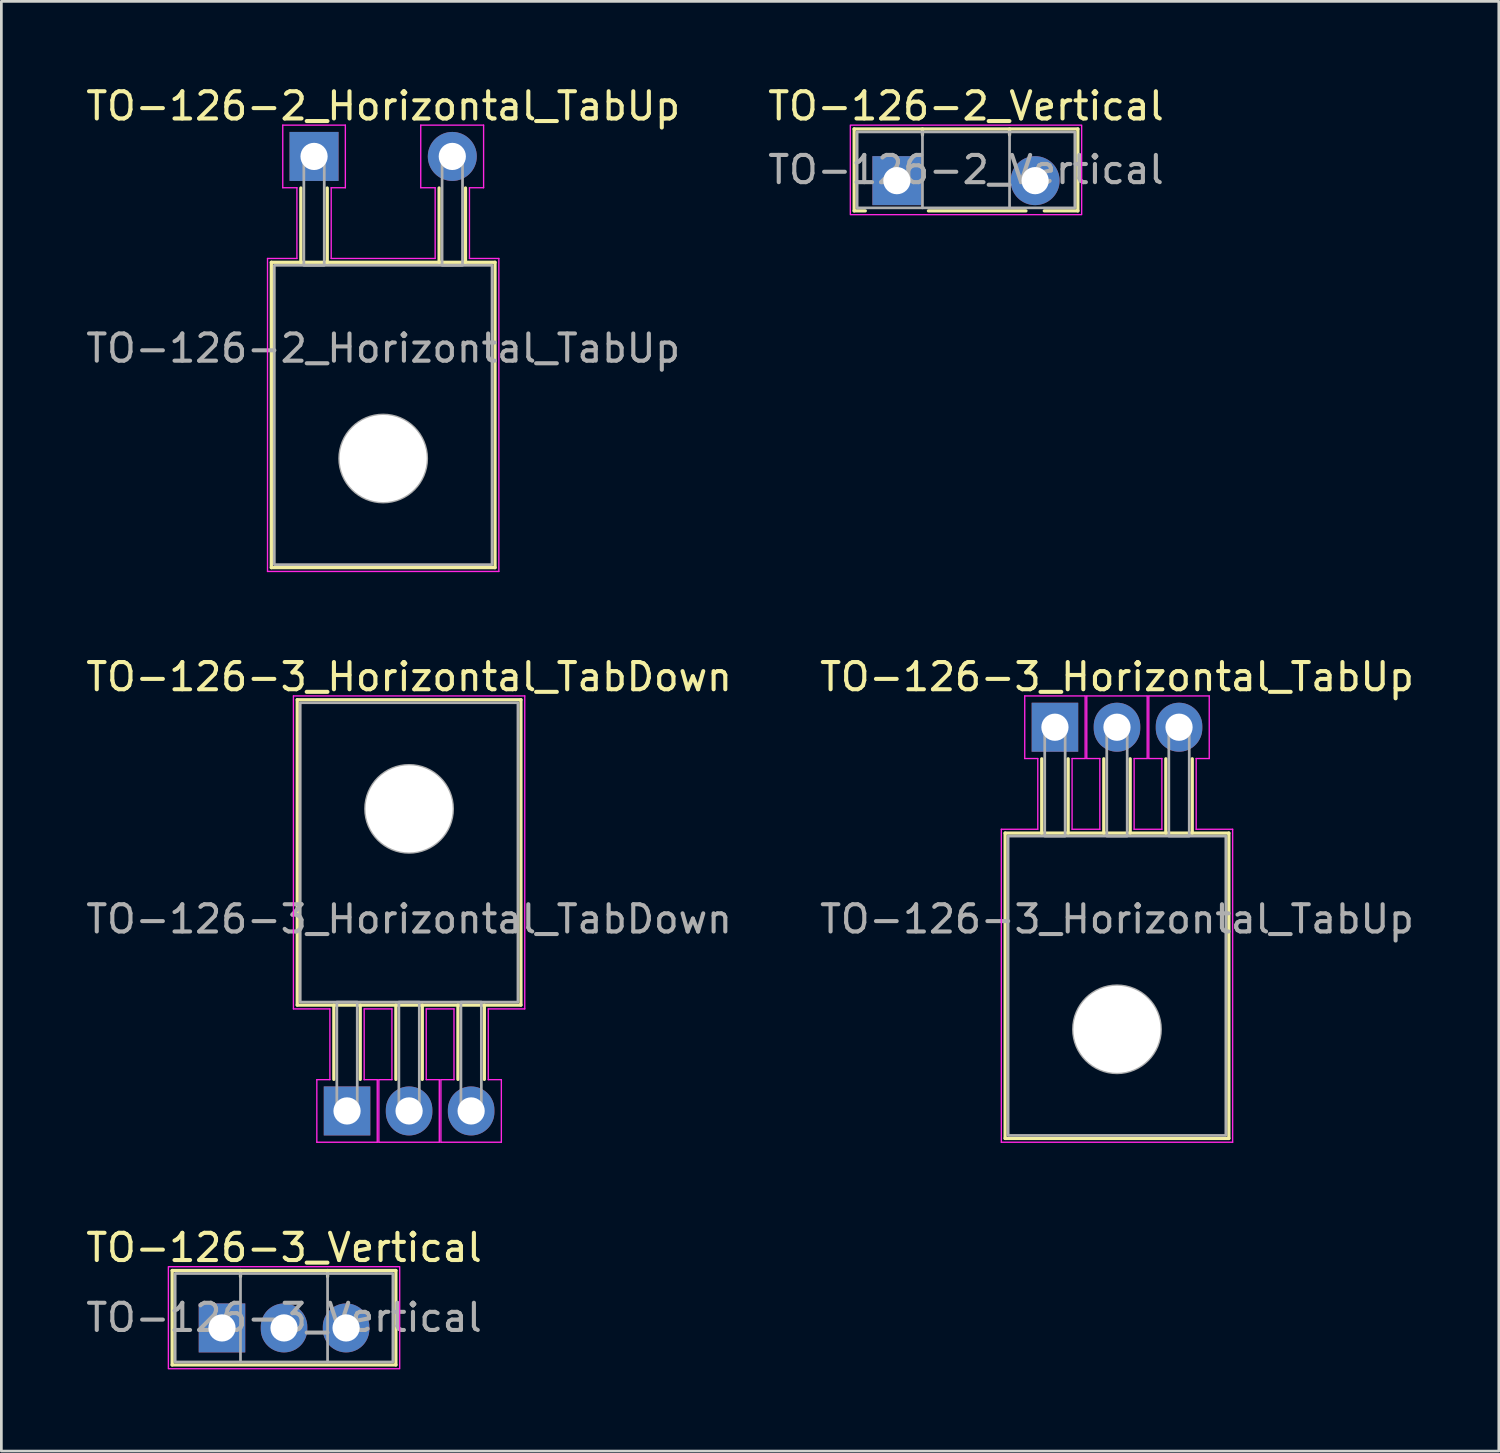
<source format=kicad_pcb>
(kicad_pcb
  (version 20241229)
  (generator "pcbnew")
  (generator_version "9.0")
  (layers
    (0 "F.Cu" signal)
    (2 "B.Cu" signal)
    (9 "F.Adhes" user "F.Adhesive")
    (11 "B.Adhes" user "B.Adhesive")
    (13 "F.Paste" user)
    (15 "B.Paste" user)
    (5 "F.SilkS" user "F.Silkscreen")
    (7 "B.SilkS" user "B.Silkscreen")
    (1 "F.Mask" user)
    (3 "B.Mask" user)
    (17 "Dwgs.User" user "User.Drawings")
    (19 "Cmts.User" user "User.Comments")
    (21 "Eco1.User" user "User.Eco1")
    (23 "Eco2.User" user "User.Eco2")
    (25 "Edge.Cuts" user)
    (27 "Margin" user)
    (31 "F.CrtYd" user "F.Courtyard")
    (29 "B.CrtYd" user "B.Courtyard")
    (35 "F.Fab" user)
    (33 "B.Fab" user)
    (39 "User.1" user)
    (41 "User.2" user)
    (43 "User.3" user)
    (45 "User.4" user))
  (footprint "TO-126-2_Vertical"
    (layer "F.Cu")
    (at 29.906 3.588)
    (property "Reference" "TO-126-2_Vertical" (at 2.54 -2.74 0) (layer "F.SilkS") (effects (font (size 1 1) (thickness 0.15))))
    (attr through_hole)
    (fp_line (start -1.57 -1.9) (end -1.57 1.11) (stroke (width 0.12) (type solid)) (layer "F.SilkS"))
    (fp_line (start -1.57 -1.9) (end 6.65 -1.9) (stroke (width 0.12) (type solid)) (layer "F.SilkS"))
    (fp_line (start -1.57 1.11) (end -1.16 1.11) (stroke (width 0.12) (type solid)) (layer "F.SilkS"))
    (fp_line (start 0.94 -1.9) (end 0.94 -1.68) (stroke (width 0.12) (type solid)) (layer "F.SilkS"))
    (fp_line (start 1.16 1.11) (end 4.743 1.11) (stroke (width 0.12) (type solid)) (layer "F.SilkS"))
    (fp_line (start 4.14 -1.9) (end 4.14 -1.68) (stroke (width 0.12) (type solid)) (layer "F.SilkS"))
    (fp_line (start 5.417 1.11) (end 6.65 1.11) (stroke (width 0.12) (type solid)) (layer "F.SilkS"))
    (fp_line (start 6.65 -1.9) (end 6.65 1.11) (stroke (width 0.12) (type solid)) (layer "F.SilkS"))
    (fp_rect (start 6.79 1.25) (end -1.71 -2.04) (stroke (width 0.05) (type solid)) (fill no) (layer "F.CrtYd"))
    (fp_line (start 0.94 -1.79) (end 0.94 1) (stroke (width 0.1) (type solid)) (layer "F.Fab"))
    (fp_line (start 4.14 -1.79) (end 4.14 1) (stroke (width 0.1) (type solid)) (layer "F.Fab"))
    (fp_rect (start -1.46 -1.79) (end 6.54 1) (stroke (width 0.1) (type solid)) (fill no) (layer "F.Fab"))
    (fp_text user "${REFERENCE}" (at 2.54 -0.4 0) (layer "F.Fab") (effects (font (size 1 1) (thickness 0.15))))
    (pad "1" thru_hole rect (at 0 0) (size 1.8 1.8) (drill 1) (layers "*.Cu" "*.Mask"))
    (pad "2" thru_hole circle (at 5.08 0) (size 1.8 1.8) (drill 1) (layers "*.Cu" "*.Mask")))
  (footprint "TO-126-2_Horizontal_TabUp"
    (layer "F.Cu")
    (at 8.49 2.698)
    (property "Reference" "TO-126-2_Horizontal_TabUp" (at 2.54 -1.85 0) (layer "F.SilkS") (effects (font (size 1 1) (thickness 0.15))))
    (attr through_hole)
    (fp_line (start -1.57 3.89) (end -1.57 15.11) (stroke (width 0.12) (type solid)) (layer "F.SilkS"))
    (fp_line (start -1.57 3.89) (end 6.65 3.89) (stroke (width 0.12) (type solid)) (layer "F.SilkS"))
    (fp_line (start -1.57 15.11) (end 6.65 15.11) (stroke (width 0.12) (type solid)) (layer "F.SilkS"))
    (fp_line (start -0.485 3.89) (end -0.485 1.16) (stroke (width 0.12) (type solid)) (layer "F.SilkS"))
    (fp_line (start 0.485 3.89) (end 0.485 1.16) (stroke (width 0.12) (type solid)) (layer "F.SilkS"))
    (fp_line (start 4.595 3.89) (end 4.595 1.16) (stroke (width 0.12) (type solid)) (layer "F.SilkS"))
    (fp_line (start 5.565 3.89) (end 5.565 1.16) (stroke (width 0.12) (type solid)) (layer "F.SilkS"))
    (fp_line (start 6.65 3.89) (end 6.65 15.11) (stroke (width 0.12) (type solid)) (layer "F.SilkS"))
    (fp_line (start -1.71 3.75) (end -0.63 3.75) (stroke (width 0.05) (type solid)) (layer "F.CrtYd"))
    (fp_line (start -1.71 15.25) (end -1.71 3.75) (stroke (width 0.05) (type solid)) (layer "F.CrtYd"))
    (fp_line (start -1.15 -1.15) (end 1.15 -1.15) (stroke (width 0.05) (type solid)) (layer "F.CrtYd"))
    (fp_line (start -1.15 1.15) (end -1.15 -1.15) (stroke (width 0.05) (type solid)) (layer "F.CrtYd"))
    (fp_line (start -0.63 1.15) (end -1.15 1.15) (stroke (width 0.05) (type solid)) (layer "F.CrtYd"))
    (fp_line (start -0.63 3.75) (end -0.63 1.15) (stroke (width 0.05) (type solid)) (layer "F.CrtYd"))
    (fp_line (start 0.63 1.15) (end 0.63 3.75) (stroke (width 0.05) (type solid)) (layer "F.CrtYd"))
    (fp_line (start 0.63 3.75) (end 4.45 3.75) (stroke (width 0.05) (type solid)) (layer "F.CrtYd"))
    (fp_line (start 1.15 -1.15) (end 1.15 1.15) (stroke (width 0.05) (type solid)) (layer "F.CrtYd"))
    (fp_line (start 1.15 1.15) (end 0.63 1.15) (stroke (width 0.05) (type solid)) (layer "F.CrtYd"))
    (fp_line (start 3.92 -1.15) (end 6.23 -1.15) (stroke (width 0.05) (type solid)) (layer "F.CrtYd"))
    (fp_line (start 3.92 1.15) (end 3.92 -1.15) (stroke (width 0.05) (type solid)) (layer "F.CrtYd"))
    (fp_line (start 4.45 1.15) (end 3.92 1.15) (stroke (width 0.05) (type solid)) (layer "F.CrtYd"))
    (fp_line (start 4.45 3.75) (end 4.45 1.15) (stroke (width 0.05) (type solid)) (layer "F.CrtYd"))
    (fp_line (start 5.71 1.15) (end 5.71 3.75) (stroke (width 0.05) (type solid)) (layer "F.CrtYd"))
    (fp_line (start 5.71 3.75) (end 6.79 3.75) (stroke (width 0.05) (type solid)) (layer "F.CrtYd"))
    (fp_line (start 6.23 -1.15) (end 6.23 1.15) (stroke (width 0.05) (type solid)) (layer "F.CrtYd"))
    (fp_line (start 6.23 1.15) (end 5.71 1.15) (stroke (width 0.05) (type solid)) (layer "F.CrtYd"))
    (fp_line (start 6.79 3.75) (end 6.79 15.25) (stroke (width 0.05) (type solid)) (layer "F.CrtYd"))
    (fp_line (start 6.79 15.25) (end -1.71 15.25) (stroke (width 0.05) (type solid)) (layer "F.CrtYd"))
    (fp_rect (start -1.46 4) (end 6.54 15) (stroke (width 0.1) (type solid)) (fill no) (layer "F.Fab"))
    (fp_rect (start -0.375 4) (end 0.375 0) (stroke (width 0.1) (type solid)) (fill no) (layer "F.Fab"))
    (fp_rect (start 4.705 4) (end 5.455 0) (stroke (width 0.1) (type solid)) (fill no) (layer "F.Fab"))
    (fp_circle (center 2.54 11.1) (end 4.14 11.1) (stroke (width 0.1) (type solid)) (fill no) (layer "F.Fab"))
    (fp_text user "${REFERENCE}" (at 2.54 7.05 0) (layer "F.Fab") (effects (font (size 1 1) (thickness 0.15))))
    (pad "" np_thru_hole circle (at 2.54 11.1) (size 3.2 3.2) (drill 3.2) (layers "*.Cu" "*.Mask"))
    (pad "1" thru_hole rect (at 0 0) (size 1.8 1.8) (drill 1) (layers "*.Cu" "*.Mask"))
    (pad "2" thru_hole circle (at 5.08 0) (size 1.8 1.8) (drill 1) (layers "*.Cu" "*.Mask")))
  (footprint "TO-126-3_Horizontal_TabUp"
    (layer "F.Cu")
    (at 35.714 23.672)
    (property "Reference" "TO-126-3_Horizontal_TabUp" (at 2.28 -1.85 0) (layer "F.SilkS") (effects (font (size 1 1) (thickness 0.15))))
    (attr through_hole)
    (fp_line (start -1.83 3.89) (end -1.83 15.11) (stroke (width 0.12) (type solid)) (layer "F.SilkS"))
    (fp_line (start -1.83 3.89) (end 6.39 3.89) (stroke (width 0.12) (type solid)) (layer "F.SilkS"))
    (fp_line (start -1.83 15.11) (end 6.39 15.11) (stroke (width 0.12) (type solid)) (layer "F.SilkS"))
    (fp_line (start -0.485 3.89) (end -0.485 1.16) (stroke (width 0.12) (type solid)) (layer "F.SilkS"))
    (fp_line (start 0.485 3.89) (end 0.485 1.16) (stroke (width 0.12) (type solid)) (layer "F.SilkS"))
    (fp_line (start 1.795 3.89) (end 1.795 1.16) (stroke (width 0.12) (type solid)) (layer "F.SilkS"))
    (fp_line (start 2.765 3.89) (end 2.765 1.16) (stroke (width 0.12) (type solid)) (layer "F.SilkS"))
    (fp_line (start 4.075 3.89) (end 4.075 1.16) (stroke (width 0.12) (type solid)) (layer "F.SilkS"))
    (fp_line (start 5.045 3.89) (end 5.045 1.16) (stroke (width 0.12) (type solid)) (layer "F.SilkS"))
    (fp_line (start 6.39 3.89) (end 6.39 15.11) (stroke (width 0.12) (type solid)) (layer "F.SilkS"))
    (fp_line (start -1.97 3.75) (end -0.63 3.75) (stroke (width 0.05) (type solid)) (layer "F.CrtYd"))
    (fp_line (start -1.97 15.25) (end -1.97 3.75) (stroke (width 0.05) (type solid)) (layer "F.CrtYd"))
    (fp_line (start -1.11 -1.15) (end 1.11 -1.15) (stroke (width 0.05) (type solid)) (layer "F.CrtYd"))
    (fp_line (start -1.11 1.15) (end -1.11 -1.15) (stroke (width 0.05) (type solid)) (layer "F.CrtYd"))
    (fp_line (start -0.63 1.15) (end -1.11 1.15) (stroke (width 0.05) (type solid)) (layer "F.CrtYd"))
    (fp_line (start -0.63 3.75) (end -0.63 1.15) (stroke (width 0.05) (type solid)) (layer "F.CrtYd"))
    (fp_line (start 0.63 1.15) (end 0.63 3.75) (stroke (width 0.05) (type solid)) (layer "F.CrtYd"))
    (fp_line (start 0.63 3.75) (end 1.65 3.75) (stroke (width 0.05) (type solid)) (layer "F.CrtYd"))
    (fp_line (start 1.11 -1.15) (end 1.11 1.15) (stroke (width 0.05) (type solid)) (layer "F.CrtYd"))
    (fp_line (start 1.11 1.15) (end 0.63 1.15) (stroke (width 0.05) (type solid)) (layer "F.CrtYd"))
    (fp_line (start 1.17 -1.15) (end 3.39 -1.15) (stroke (width 0.05) (type solid)) (layer "F.CrtYd"))
    (fp_line (start 1.17 1.15) (end 1.17 -1.15) (stroke (width 0.05) (type solid)) (layer "F.CrtYd"))
    (fp_line (start 1.65 1.15) (end 1.17 1.15) (stroke (width 0.05) (type solid)) (layer "F.CrtYd"))
    (fp_line (start 1.65 3.75) (end 1.65 1.15) (stroke (width 0.05) (type solid)) (layer "F.CrtYd"))
    (fp_line (start 2.91 1.15) (end 2.91 3.75) (stroke (width 0.05) (type solid)) (layer "F.CrtYd"))
    (fp_line (start 2.91 3.75) (end 3.93 3.75) (stroke (width 0.05) (type solid)) (layer "F.CrtYd"))
    (fp_line (start 3.39 -1.15) (end 3.39 1.15) (stroke (width 0.05) (type solid)) (layer "F.CrtYd"))
    (fp_line (start 3.39 1.15) (end 2.91 1.15) (stroke (width 0.05) (type solid)) (layer "F.CrtYd"))
    (fp_line (start 3.45 -1.15) (end 5.67 -1.15) (stroke (width 0.05) (type solid)) (layer "F.CrtYd"))
    (fp_line (start 3.45 1.15) (end 3.45 -1.15) (stroke (width 0.05) (type solid)) (layer "F.CrtYd"))
    (fp_line (start 3.93 1.15) (end 3.45 1.15) (stroke (width 0.05) (type solid)) (layer "F.CrtYd"))
    (fp_line (start 3.93 3.75) (end 3.93 1.15) (stroke (width 0.05) (type solid)) (layer "F.CrtYd"))
    (fp_line (start 5.19 1.15) (end 5.19 3.75) (stroke (width 0.05) (type solid)) (layer "F.CrtYd"))
    (fp_line (start 5.19 3.75) (end 6.53 3.75) (stroke (width 0.05) (type solid)) (layer "F.CrtYd"))
    (fp_line (start 5.67 -1.15) (end 5.67 1.15) (stroke (width 0.05) (type solid)) (layer "F.CrtYd"))
    (fp_line (start 5.67 1.15) (end 5.19 1.15) (stroke (width 0.05) (type solid)) (layer "F.CrtYd"))
    (fp_line (start 6.53 3.75) (end 6.53 15.25) (stroke (width 0.05) (type solid)) (layer "F.CrtYd"))
    (fp_line (start 6.53 15.25) (end -1.97 15.25) (stroke (width 0.05) (type solid)) (layer "F.CrtYd"))
    (fp_rect (start -1.72 4) (end 6.28 15) (stroke (width 0.1) (type solid)) (fill no) (layer "F.Fab"))
    (fp_rect (start -0.375 4) (end 0.375 0) (stroke (width 0.1) (type solid)) (fill no) (layer "F.Fab"))
    (fp_rect (start 1.905 4) (end 2.655 0) (stroke (width 0.1) (type solid)) (fill no) (layer "F.Fab"))
    (fp_rect (start 4.185 4) (end 4.935 0) (stroke (width 0.1) (type solid)) (fill no) (layer "F.Fab"))
    (fp_circle (center 2.28 11.1) (end 3.88 11.1) (stroke (width 0.1) (type solid)) (fill no) (layer "F.Fab"))
    (fp_text user "${REFERENCE}" (at 2.28 7.05 0) (layer "F.Fab") (effects (font (size 1 1) (thickness 0.15))))
    (pad "" np_thru_hole circle (at 2.28 11.1) (size 3.2 3.2) (drill 3.2) (layers "*.Cu" "*.Mask"))
    (pad "1" thru_hole rect (at 0 0) (size 1.71 1.8) (drill 1) (layers "*.Cu" "*.Mask"))
    (pad "2" thru_hole oval (at 2.28 0) (size 1.71 1.8) (drill 1) (layers "*.Cu" "*.Mask"))
    (pad "3" thru_hole oval (at 4.56 0) (size 1.71 1.8) (drill 1) (layers "*.Cu" "*.Mask")))
  (footprint "TO-126-3_Horizontal_TabDown"
    (layer "F.Cu")
    (at 9.702 37.772)
    (property "Reference" "TO-126-3_Horizontal_TabDown" (at 2.28 -15.95 0) (layer "F.SilkS") (effects (font (size 1 1) (thickness 0.15))))
    (attr through_hole)
    (fp_line (start -1.83 -15.11) (end 6.39 -15.11) (stroke (width 0.12) (type solid)) (layer "F.SilkS"))
    (fp_line (start -1.83 -3.89) (end -1.83 -15.11) (stroke (width 0.12) (type solid)) (layer "F.SilkS"))
    (fp_line (start -1.83 -3.89) (end 6.39 -3.89) (stroke (width 0.12) (type solid)) (layer "F.SilkS"))
    (fp_line (start -0.485 -3.89) (end -0.485 -1.16) (stroke (width 0.12) (type solid)) (layer "F.SilkS"))
    (fp_line (start 0.485 -3.89) (end 0.485 -1.16) (stroke (width 0.12) (type solid)) (layer "F.SilkS"))
    (fp_line (start 1.795 -3.89) (end 1.795 -1.16) (stroke (width 0.12) (type solid)) (layer "F.SilkS"))
    (fp_line (start 2.765 -3.89) (end 2.765 -1.16) (stroke (width 0.12) (type solid)) (layer "F.SilkS"))
    (fp_line (start 4.075 -3.89) (end 4.075 -1.16) (stroke (width 0.12) (type solid)) (layer "F.SilkS"))
    (fp_line (start 5.045 -3.89) (end 5.045 -1.16) (stroke (width 0.12) (type solid)) (layer "F.SilkS"))
    (fp_line (start 6.39 -3.89) (end 6.39 -15.11) (stroke (width 0.12) (type solid)) (layer "F.SilkS"))
    (fp_line (start -1.97 -15.25) (end 6.53 -15.25) (stroke (width 0.05) (type solid)) (layer "F.CrtYd"))
    (fp_line (start -1.97 -3.75) (end -1.97 -15.25) (stroke (width 0.05) (type solid)) (layer "F.CrtYd"))
    (fp_line (start -1.11 -1.15) (end -0.63 -1.15) (stroke (width 0.05) (type solid)) (layer "F.CrtYd"))
    (fp_line (start -1.11 1.15) (end -1.11 -1.15) (stroke (width 0.05) (type solid)) (layer "F.CrtYd"))
    (fp_line (start -0.63 -3.75) (end -1.97 -3.75) (stroke (width 0.05) (type solid)) (layer "F.CrtYd"))
    (fp_line (start -0.63 -1.15) (end -0.63 -3.75) (stroke (width 0.05) (type solid)) (layer "F.CrtYd"))
    (fp_line (start 0.63 -3.75) (end 0.63 -1.15) (stroke (width 0.05) (type solid)) (layer "F.CrtYd"))
    (fp_line (start 0.63 -1.15) (end 1.11 -1.15) (stroke (width 0.05) (type solid)) (layer "F.CrtYd"))
    (fp_line (start 1.11 -1.15) (end 1.11 1.15) (stroke (width 0.05) (type solid)) (layer "F.CrtYd"))
    (fp_line (start 1.11 1.15) (end -1.11 1.15) (stroke (width 0.05) (type solid)) (layer "F.CrtYd"))
    (fp_line (start 1.17 -1.15) (end 1.65 -1.15) (stroke (width 0.05) (type solid)) (layer "F.CrtYd"))
    (fp_line (start 1.17 1.15) (end 1.17 -1.15) (stroke (width 0.05) (type solid)) (layer "F.CrtYd"))
    (fp_line (start 1.65 -3.75) (end 0.63 -3.75) (stroke (width 0.05) (type solid)) (layer "F.CrtYd"))
    (fp_line (start 1.65 -1.15) (end 1.65 -3.75) (stroke (width 0.05) (type solid)) (layer "F.CrtYd"))
    (fp_line (start 2.91 -3.75) (end 2.91 -1.15) (stroke (width 0.05) (type solid)) (layer "F.CrtYd"))
    (fp_line (start 2.91 -1.15) (end 3.39 -1.15) (stroke (width 0.05) (type solid)) (layer "F.CrtYd"))
    (fp_line (start 3.39 -1.15) (end 3.39 1.15) (stroke (width 0.05) (type solid)) (layer "F.CrtYd"))
    (fp_line (start 3.39 1.15) (end 1.17 1.15) (stroke (width 0.05) (type solid)) (layer "F.CrtYd"))
    (fp_line (start 3.45 -1.15) (end 3.93 -1.15) (stroke (width 0.05) (type solid)) (layer "F.CrtYd"))
    (fp_line (start 3.45 1.15) (end 3.45 -1.15) (stroke (width 0.05) (type solid)) (layer "F.CrtYd"))
    (fp_line (start 3.93 -3.75) (end 2.91 -3.75) (stroke (width 0.05) (type solid)) (layer "F.CrtYd"))
    (fp_line (start 3.93 -1.15) (end 3.93 -3.75) (stroke (width 0.05) (type solid)) (layer "F.CrtYd"))
    (fp_line (start 5.19 -3.75) (end 5.19 -1.15) (stroke (width 0.05) (type solid)) (layer "F.CrtYd"))
    (fp_line (start 5.19 -1.15) (end 5.67 -1.15) (stroke (width 0.05) (type solid)) (layer "F.CrtYd"))
    (fp_line (start 5.67 -1.15) (end 5.67 1.15) (stroke (width 0.05) (type solid)) (layer "F.CrtYd"))
    (fp_line (start 5.67 1.15) (end 3.45 1.15) (stroke (width 0.05) (type solid)) (layer "F.CrtYd"))
    (fp_line (start 6.53 -15.25) (end 6.53 -3.75) (stroke (width 0.05) (type solid)) (layer "F.CrtYd"))
    (fp_line (start 6.53 -3.75) (end 5.19 -3.75) (stroke (width 0.05) (type solid)) (layer "F.CrtYd"))
    (fp_rect (start -1.72 -4) (end 6.28 -15) (stroke (width 0.1) (type solid)) (fill no) (layer "F.Fab"))
    (fp_rect (start -0.375 -4) (end 0.375 0) (stroke (width 0.1) (type solid)) (fill no) (layer "F.Fab"))
    (fp_rect (start 1.905 -4) (end 2.655 0) (stroke (width 0.1) (type solid)) (fill no) (layer "F.Fab"))
    (fp_rect (start 4.185 -4) (end 4.935 0) (stroke (width 0.1) (type solid)) (fill no) (layer "F.Fab"))
    (fp_circle (center 2.28 -11.1) (end 3.88 -11.1) (stroke (width 0.1) (type solid)) (fill no) (layer "F.Fab"))
    (fp_text user "${REFERENCE}" (at 2.28 -7.05 0) (layer "F.Fab") (effects (font (size 1 1) (thickness 0.15))))
    (pad "" np_thru_hole circle (at 2.28 -11.1) (size 3.2 3.2) (drill 3.2) (layers "*.Cu" "*.Mask"))
    (pad "1" thru_hole rect (at 0 0) (size 1.71 1.8) (drill 1) (layers "*.Cu" "*.Mask"))
    (pad "2" thru_hole oval (at 2.28 0) (size 1.71 1.8) (drill 1) (layers "*.Cu" "*.Mask"))
    (pad "3" thru_hole oval (at 4.56 0) (size 1.71 1.8) (drill 1) (layers "*.Cu" "*.Mask")))
  (footprint "TO-126-3_Vertical"
    (layer "F.Cu")
    (at 5.107 45.745)
    (property "Reference" "TO-126-3_Vertical" (at 2.28 -2.95 0) (layer "F.SilkS") (effects (font (size 1 1) (thickness 0.15))))
    (attr through_hole)
    (fp_line (start -1.83 -2.11) (end -1.83 1.36) (stroke (width 0.12) (type solid)) (layer "F.SilkS"))
    (fp_line (start -1.83 -2.11) (end 6.39 -2.11) (stroke (width 0.12) (type solid)) (layer "F.SilkS"))
    (fp_line (start -1.83 1.36) (end 6.39 1.36) (stroke (width 0.12) (type solid)) (layer "F.SilkS"))
    (fp_line (start 0.68 -2.11) (end 0.68 -1.89) (stroke (width 0.12) (type solid)) (layer "F.SilkS"))
    (fp_line (start 3.88 -2.11) (end 3.88 -1.89) (stroke (width 0.12) (type solid)) (layer "F.SilkS"))
    (fp_line (start 6.39 -2.11) (end 6.39 1.36) (stroke (width 0.12) (type solid)) (layer "F.SilkS"))
    (fp_rect (start 6.53 1.5) (end -1.97 -2.25) (stroke (width 0.05) (type solid)) (fill no) (layer "F.CrtYd"))
    (fp_line (start 0.68 -2) (end 0.68 1.25) (stroke (width 0.1) (type solid)) (layer "F.Fab"))
    (fp_line (start 3.88 -2) (end 3.88 1.25) (stroke (width 0.1) (type solid)) (layer "F.Fab"))
    (fp_rect (start -1.72 -2) (end 6.28 1.25) (stroke (width 0.1) (type solid)) (fill no) (layer "F.Fab"))
    (fp_text user "${REFERENCE}" (at 2.28 -0.38 0) (layer "F.Fab") (effects (font (size 1 1) (thickness 0.15))))
    (pad "1" thru_hole rect (at 0 0) (size 1.71 1.8) (drill 1) (layers "*.Cu" "*.Mask"))
    (pad "2" thru_hole oval (at 2.28 0) (size 1.71 1.8) (drill 1) (layers "*.Cu" "*.Mask"))
    (pad "3" thru_hole oval (at 4.56 0) (size 1.71 1.8) (drill 1) (layers "*.Cu" "*.Mask")))
  (gr_rect
    (start -3 -3)
    (end 52.024 50.27)
    (stroke (width 0.1) (type default))
    (fill no)
    (layer "Edge.Cuts")))
</source>
